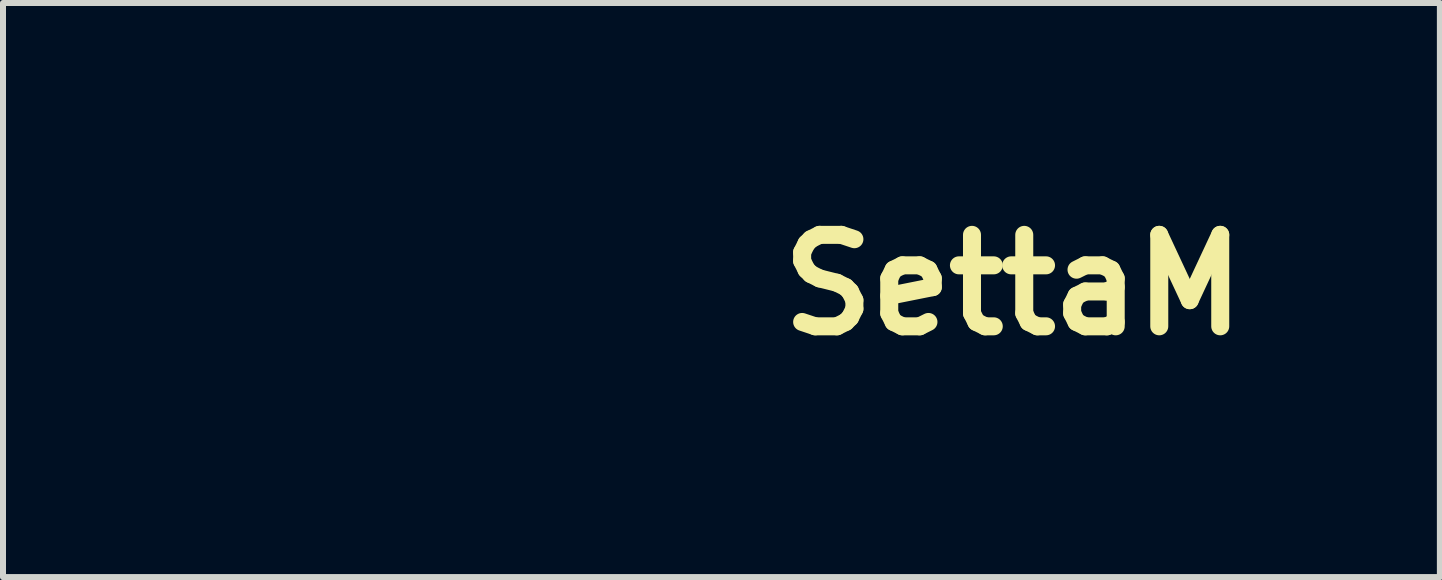
<source format=kicad_pcb>
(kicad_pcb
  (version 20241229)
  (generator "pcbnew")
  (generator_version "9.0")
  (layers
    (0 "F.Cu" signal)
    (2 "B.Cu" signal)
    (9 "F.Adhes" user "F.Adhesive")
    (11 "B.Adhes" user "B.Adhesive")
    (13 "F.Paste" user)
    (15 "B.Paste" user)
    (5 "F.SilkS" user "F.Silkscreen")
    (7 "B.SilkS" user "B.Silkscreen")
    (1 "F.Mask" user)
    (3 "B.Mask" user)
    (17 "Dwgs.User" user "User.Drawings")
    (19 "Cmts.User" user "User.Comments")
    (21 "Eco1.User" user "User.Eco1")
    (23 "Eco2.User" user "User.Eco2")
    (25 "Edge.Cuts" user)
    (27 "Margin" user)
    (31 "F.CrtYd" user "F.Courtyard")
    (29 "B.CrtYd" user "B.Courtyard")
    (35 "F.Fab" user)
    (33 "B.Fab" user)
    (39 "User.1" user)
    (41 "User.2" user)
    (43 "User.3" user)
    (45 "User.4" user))
  (footprint "SettaM"
    (layer "F.Cu")
    (at 7.586 1.898)
    (property "Reference" "SettaM" (at 6.25 -0.2 0) (layer "F.SilkS") (effects (font (size 1.524 1.524) (thickness 0.3))))
    (attr through_hole)
    (fp_poly (pts (xy 1.565 -0.031) (xy 1.085 -0.031) (xy 1.085 -0.51) (xy 1.565 -0.51) (xy 1.565 -0.031)) (stroke (width 0.01) (type solid)) (fill yes) (layer "F.Mask"))
    (fp_poly (pts (xy -0.587 -0.504) (xy -0.34 -0.496) (xy -0.34 -0.045) (xy -0.587 -0.037) (xy -0.834 -0.028) (xy -0.834 -0.513) (xy -0.587 -0.504)) (stroke (width 0.01) (type solid)) (fill yes) (layer "F.Mask"))
    (fp_poly (pts (xy 1.043 1.338) (xy 0.781 1.346) (xy 0.649 1.348) (xy 0.565 1.343) (xy 0.519 1.331) (xy 0.505 1.317) (xy 0.502 1.278) (xy 0.501 1.192) (xy 0.502 1.068) (xy 0.505 0.912) (xy 0.51 0.736) (xy 0.513 0.659) (xy 0.535 0.04) (xy 1.043 0.04) (xy 1.043 1.338)) (stroke (width 0.01) (type solid)) (fill yes) (layer "F.Mask"))
    (fp_poly (pts (xy -1.037 -0.961) (xy -0.966 -0.954) (xy -0.917 -0.932) (xy -0.887 -0.887) (xy -0.87 -0.813) (xy -0.863 -0.701) (xy -0.862 -0.543) (xy -0.862 -0.031) (xy -1.852 -0.031) (xy -1.844 -0.278) (xy -1.836 -0.525) (xy -1.631 -0.533) (xy -1.506 -0.543) (xy -1.428 -0.568) (xy -1.386 -0.617) (xy -1.373 -0.699) (xy -1.374 -0.781) (xy -1.372 -0.868) (xy -1.35 -0.921) (xy -1.296 -0.95) (xy -1.202 -0.96) (xy -1.135 -0.962) (xy -1.037 -0.961)) (stroke (width 0.01) (type solid)) (fill yes) (layer "F.Mask"))
    (fp_poly (pts (xy -1.182 0.026) (xy -1.085 0.031) (xy -1.073 0.031) (xy -0.876 0.04) (xy -0.876 1.338) (xy -1.135 1.346) (xy -1.25 1.347) (xy -1.343 1.343) (xy -1.399 1.334) (xy -1.41 1.328) (xy -1.413 1.294) (xy -1.415 1.211) (xy -1.415 1.089) (xy -1.413 0.936) (xy -1.41 0.761) (xy -1.407 0.678) (xy -1.402 0.468) (xy -1.396 0.307) (xy -1.388 0.19) (xy -1.373 0.11) (xy -1.349 0.06) (xy -1.311 0.034) (xy -1.257 0.024) (xy -1.182 0.026)) (stroke (width 0.01) (type solid)) (fill yes) (layer "F.Mask"))
    (fp_poly (pts (xy 0.88 -0.961) (xy 0.959 -0.952) (xy 0.984 -0.945) (xy 1.001 -0.931) (xy 1.013 -0.9) (xy 1.022 -0.843) (xy 1.026 -0.752) (xy 1.028 -0.619) (xy 1.029 -0.479) (xy 1.029 -0.031) (xy 0.069 -0.031) (xy 0.069 -0.539) (xy 0.278 -0.539) (xy 0.395 -0.541) (xy 0.467 -0.555) (xy 0.504 -0.591) (xy 0.519 -0.659) (xy 0.521 -0.761) (xy 0.528 -0.848) (xy 0.545 -0.912) (xy 0.555 -0.928) (xy 0.599 -0.945) (xy 0.681 -0.956) (xy 0.78 -0.962) (xy 0.88 -0.961)) (stroke (width 0.01) (type solid)) (fill yes) (layer "F.Mask"))
    (fp_poly (pts (xy 3.682 0.754) (xy 3.694 0.852) (xy 3.737 0.907) (xy 3.821 0.928) (xy 3.857 0.929) (xy 3.964 0.929) (xy 3.964 1.352) (xy 3.602 1.352) (xy 3.464 1.351) (xy 3.348 1.347) (xy 3.263 1.341) (xy 3.222 1.334) (xy 3.221 1.333) (xy 3.21 1.294) (xy 3.203 1.213) (xy 3.201 1.106) (xy 3.202 0.986) (xy 3.208 0.869) (xy 3.216 0.769) (xy 3.227 0.701) (xy 3.236 0.681) (xy 3.283 0.662) (xy 3.373 0.65) (xy 3.476 0.647) (xy 3.682 0.647) (xy 3.682 0.754)) (stroke (width 0.01) (type solid)) (fill yes) (layer "F.Mask"))
    (fp_poly (pts (xy -2.245 0.982) (xy -2.247 1.106) (xy -2.251 1.212) (xy -2.257 1.286) (xy -2.262 1.308) (xy -2.279 1.328) (xy -2.319 1.342) (xy -2.391 1.349) (xy -2.506 1.352) (xy -2.569 1.352) (xy -2.859 1.352) (xy -2.878 1.175) (xy -2.887 1.049) (xy -2.88 0.967) (xy -2.852 0.921) (xy -2.799 0.899) (xy -2.772 0.895) (xy -2.706 0.879) (xy -2.676 0.837) (xy -2.668 0.802) (xy -2.658 0.758) (xy -2.639 0.732) (xy -2.598 0.719) (xy -2.521 0.712) (xy -2.449 0.709) (xy -2.245 0.701) (xy -2.245 0.982)) (stroke (width 0.01) (type solid)) (fill yes) (layer "F.Mask"))
    (fp_poly (pts (xy -6.855 0.479) (xy -6.699 0.483) (xy -6.592 0.491) (xy -6.53 0.502) (xy -6.512 0.511) (xy -6.499 0.546) (xy -6.489 0.621) (xy -6.483 0.742) (xy -6.479 0.913) (xy -6.478 1.09) (xy -6.478 1.634) (xy -6.784 1.634) (xy -6.91 1.633) (xy -7.015 1.628) (xy -7.085 1.622) (xy -7.109 1.616) (xy -7.12 1.578) (xy -7.126 1.505) (xy -7.127 1.462) (xy -7.133 1.365) (xy -7.147 1.279) (xy -7.154 1.257) (xy -7.174 1.218) (xy -7.205 1.196) (xy -7.264 1.184) (xy -7.363 1.178) (xy -7.373 1.177) (xy -7.565 1.169) (xy -7.573 0.823) (xy -7.581 0.477) (xy -7.063 0.477) (xy -6.855 0.479)) (stroke (width 0.01) (type solid)) (fill yes) (layer "F.Mask"))
    (fp_poly (pts (xy 3.126 -0.905) (xy 3.271 -0.901) (xy 3.275 -0.901) (xy 3.429 -0.894) (xy 3.537 -0.885) (xy 3.609 -0.873) (xy 3.654 -0.856) (xy 3.675 -0.84) (xy 3.691 -0.818) (xy 3.704 -0.784) (xy 3.713 -0.731) (xy 3.72 -0.652) (xy 3.725 -0.538) (xy 3.729 -0.384) (xy 3.733 -0.181) (xy 3.733 -0.157) (xy 3.742 0.477) (xy 3.258 0.477) (xy 3.256 0.089) (xy 3.254 -0.095) (xy 3.249 -0.23) (xy 3.24 -0.325) (xy 3.222 -0.386) (xy 3.193 -0.423) (xy 3.15 -0.443) (xy 3.09 -0.453) (xy 3.057 -0.457) (xy 2.937 -0.474) (xy 2.868 -0.497) (xy 2.842 -0.527) (xy 2.846 -0.553) (xy 2.837 -0.594) (xy 2.819 -0.606) (xy 2.785 -0.645) (xy 2.783 -0.711) (xy 2.811 -0.786) (xy 2.851 -0.84) (xy 2.883 -0.87) (xy 2.916 -0.89) (xy 2.959 -0.901) (xy 3.026 -0.906) (xy 3.126 -0.905)) (stroke (width 0.01) (type solid)) (fill yes) (layer "F.Mask"))
    (fp_poly (pts (xy 3.083 -0.151) (xy 3.075 0.068) (xy 2.398 0.096) (xy 2.39 0.459) (xy 2.389 0.641) (xy 2.394 0.77) (xy 2.406 0.845) (xy 2.414 0.861) (xy 2.45 0.88) (xy 2.527 0.893) (xy 2.65 0.903) (xy 2.774 0.907) (xy 3.103 0.915) (xy 3.112 1.11) (xy 3.112 1.23) (xy 3.101 1.302) (xy 3.083 1.328) (xy 3.043 1.337) (xy 2.957 1.344) (xy 2.839 1.349) (xy 2.701 1.351) (xy 2.68 1.352) (xy 2.524 1.351) (xy 2.41 1.346) (xy 2.327 1.337) (xy 2.26 1.321) (xy 2.195 1.297) (xy 2.167 1.284) (xy 2.081 1.236) (xy 2.014 1.187) (xy 1.991 1.159) (xy 1.98 1.109) (xy 1.971 1.007) (xy 1.965 0.856) (xy 1.961 0.661) (xy 1.96 0.47) (xy 1.96 0.265) (xy 1.961 0.11) (xy 1.964 -0.005) (xy 1.969 -0.085) (xy 1.976 -0.14) (xy 1.987 -0.175) (xy 2.003 -0.2) (xy 2.023 -0.221) (xy 2.024 -0.222) (xy 2.093 -0.278) (xy 2.171 -0.318) (xy 2.267 -0.345) (xy 2.392 -0.361) (xy 2.557 -0.368) (xy 2.694 -0.369) (xy 3.091 -0.369) (xy 3.083 -0.151)) (stroke (width 0.01) (type solid)) (fill yes) (layer "F.Mask"))
    (fp_poly (pts (xy -5.445 -0.392) (xy -5.277 -0.375) (xy -5.105 -0.347) (xy -4.952 -0.31) (xy -4.863 -0.279) (xy -4.73 -0.2) (xy -4.61 -0.088) (xy -4.516 0.04) (xy -4.471 0.143) (xy -4.448 0.265) (xy -4.436 0.421) (xy -4.434 0.592) (xy -4.442 0.76) (xy -4.459 0.907) (xy -4.483 1.004) (xy -4.58 1.21) (xy -4.712 1.384) (xy -4.873 1.519) (xy -5.055 1.609) (xy -5.154 1.635) (xy -5.23 1.644) (xy -5.342 1.652) (xy -5.476 1.658) (xy -5.622 1.661) (xy -5.767 1.662) (xy -5.902 1.661) (xy -6.013 1.658) (xy -6.09 1.652) (xy -6.121 1.644) (xy -6.128 1.61) (xy -6.134 1.531) (xy -6.138 1.421) (xy -6.14 1.309) (xy -6.14 0.994) (xy -5.924 0.975) (xy -5.787 0.966) (xy -5.644 0.959) (xy -5.535 0.957) (xy -5.379 0.939) (xy -5.265 0.883) (xy -5.191 0.788) (xy -5.155 0.652) (xy -5.152 0.577) (xy -5.16 0.485) (xy -5.191 0.413) (xy -5.246 0.345) (xy -5.304 0.289) (xy -5.36 0.254) (xy -5.435 0.233) (xy -5.533 0.219) (xy -5.633 0.205) (xy -5.71 0.189) (xy -5.747 0.175) (xy -5.748 0.174) (xy -5.755 0.139) (xy -5.757 0.06) (xy -5.754 -0.048) (xy -5.749 -0.115) (xy -5.73 -0.383) (xy -5.589 -0.393) (xy -5.445 -0.392)) (stroke (width 0.01) (type solid)) (fill yes) (layer "F.Mask"))
    (fp_poly (pts (xy 7.527 -1.893) (xy 7.599 -1.891) (xy 7.706 -1.885) (xy 7.828 -1.877) (xy 7.852 -1.875) (xy 8.084 -1.857) (xy 8.084 1.296) (xy 7.973 1.296) (xy 7.898 1.302) (xy 7.85 1.319) (xy 7.845 1.324) (xy 7.858 1.342) (xy 7.919 1.351) (xy 7.957 1.352) (xy 8.053 1.362) (xy 8.102 1.396) (xy 8.11 1.461) (xy 8.101 1.508) (xy 8.092 1.538) (xy 8.075 1.558) (xy 8.041 1.57) (xy 7.978 1.576) (xy 7.879 1.578) (xy 7.759 1.578) (xy 7.435 1.578) (xy 7.435 1.035) (xy 7.435 1.028) (xy 7.576 1.028) (xy 7.599 1.065) (xy 7.619 1.07) (xy 7.656 1.047) (xy 7.661 1.028) (xy 7.887 1.028) (xy 7.901 1.063) (xy 7.917 1.065) (xy 7.946 1.035) (xy 7.948 1.028) (xy 7.926 0.995) (xy 7.917 0.991) (xy 7.891 1.004) (xy 7.887 1.028) (xy 7.661 1.028) (xy 7.639 0.99) (xy 7.619 0.985) (xy 7.581 1.008) (xy 7.576 1.028) (xy 7.435 1.028) (xy 7.434 0.832) (xy 7.432 0.593) (xy 7.428 0.337) (xy 7.423 0.082) (xy 7.417 -0.151) (xy 7.417 -0.164) (xy 7.398 -0.819) (xy 7.198 -0.827) (xy 6.998 -0.835) (xy 6.99 -1.138) (xy 6.982 -1.442) (xy 7.152 -1.442) (xy 7.282 -1.451) (xy 7.367 -1.484) (xy 7.414 -1.55) (xy 7.434 -1.658) (xy 7.435 -1.724) (xy 7.435 -1.893) (xy 7.527 -1.893)) (stroke (width 0.01) (type solid)) (fill yes) (layer "F.Mask"))
    (fp_poly (pts (xy -3.113 -0.758) (xy -3.099 -0.758) (xy -2.903 -0.754) (xy -2.755 -0.749) (xy -2.647 -0.743) (xy -2.57 -0.735) (xy -2.518 -0.724) (xy -2.48 -0.71) (xy -2.449 -0.691) (xy -2.373 -0.62) (xy -2.32 -0.533) (xy -2.286 -0.418) (xy -2.268 -0.265) (xy -2.264 -0.104) (xy -2.269 0.091) (xy -2.289 0.237) (xy -2.324 0.341) (xy -2.378 0.411) (xy -2.431 0.445) (xy -2.49 0.458) (xy -2.598 0.468) (xy -2.748 0.475) (xy -2.933 0.477) (xy -2.952 0.477) (xy -3.402 0.477) (xy -3.402 0.283) (xy -3.401 0.195) (xy -3.393 0.133) (xy -3.369 0.092) (xy -3.32 0.069) (xy -3.239 0.058) (xy -3.116 0.055) (xy -2.989 0.054) (xy -2.851 0.053) (xy -2.759 0.046) (xy -2.705 0.026) (xy -2.678 -0.013) (xy -2.669 -0.077) (xy -2.669 -0.153) (xy -2.671 -0.228) (xy -2.682 -0.282) (xy -2.71 -0.318) (xy -2.764 -0.341) (xy -2.851 -0.353) (xy -2.981 -0.361) (xy -3.109 -0.365) (xy -3.266 -0.369) (xy -3.376 -0.369) (xy -3.448 -0.365) (xy -3.493 -0.356) (xy -3.52 -0.34) (xy -3.534 -0.325) (xy -3.549 -0.289) (xy -3.559 -0.223) (xy -3.565 -0.119) (xy -3.568 0.027) (xy -3.568 0.222) (xy -3.566 0.39) (xy -3.562 0.543) (xy -3.557 0.671) (xy -3.551 0.763) (xy -3.547 0.802) (xy -3.529 0.887) (xy -3.021 0.915) (xy -3.021 1.338) (xy -3.331 1.345) (xy -3.485 1.346) (xy -3.594 1.341) (xy -3.673 1.328) (xy -3.733 1.307) (xy -3.736 1.305) (xy -3.817 1.255) (xy -3.882 1.192) (xy -3.933 1.108) (xy -3.971 0.999) (xy -3.997 0.858) (xy -4.013 0.679) (xy -4.02 0.457) (xy -4.019 0.186) (xy -4.018 0.127) (xy -4.014 -0.061) (xy -4.01 -0.203) (xy -4.005 -0.306) (xy -3.996 -0.382) (xy -3.984 -0.438) (xy -3.966 -0.484) (xy -3.943 -0.531) (xy -3.938 -0.539) (xy -3.895 -0.61) (xy -3.85 -0.665) (xy -3.796 -0.706) (xy -3.725 -0.733) (xy -3.629 -0.75) (xy -3.5 -0.759) (xy -3.331 -0.761) (xy -3.113 -0.758)) (stroke (width 0.01) (type solid)) (fill yes) (layer "F.Mask"))
    (fp_poly (pts (xy -5.963 -1.834) (xy -5.928 -1.834) (xy -5.64 -1.833) (xy -5.404 -1.831) (xy -5.213 -1.828) (xy -5.062 -1.823) (xy -4.947 -1.815) (xy -4.86 -1.805) (xy -4.798 -1.792) (xy -4.754 -1.774) (xy -4.723 -1.753) (xy -4.7 -1.726) (xy -4.698 -1.724) (xy -4.641 -1.621) (xy -4.631 -1.541) (xy -4.664 -1.482) (xy -4.694 -1.441) (xy -4.679 -1.421) (xy -4.647 -1.386) (xy -4.651 -1.329) (xy -4.688 -1.269) (xy -4.697 -1.262) (xy -4.717 -1.248) (xy -4.75 -1.237) (xy -4.802 -1.227) (xy -4.877 -1.219) (xy -4.983 -1.212) (xy -5.126 -1.206) (xy -5.31 -1.199) (xy -5.542 -1.193) (xy -5.652 -1.19) (xy -5.928 -1.182) (xy -6.153 -1.174) (xy -6.333 -1.165) (xy -6.473 -1.152) (xy -6.58 -1.136) (xy -6.658 -1.113) (xy -6.715 -1.082) (xy -6.754 -1.043) (xy -6.782 -0.993) (xy -6.804 -0.932) (xy -6.817 -0.889) (xy -6.835 -0.81) (xy -6.831 -0.744) (xy -6.803 -0.663) (xy -6.794 -0.644) (xy -6.737 -0.546) (xy -6.66 -0.479) (xy -6.553 -0.435) (xy -6.404 -0.41) (xy -6.348 -0.405) (xy -6.14 -0.389) (xy -6.139 -0.288) (xy -6.137 -0.205) (xy -6.129 -0.093) (xy -6.121 0.005) (xy -6.103 0.195) (xy -6.368 0.192) (xy -6.506 0.188) (xy -6.641 0.18) (xy -6.75 0.17) (xy -6.778 0.167) (xy -6.988 0.123) (xy -7.154 0.056) (xy -7.287 -0.036) (xy -7.318 -0.066) (xy -7.416 -0.183) (xy -7.482 -0.307) (xy -7.522 -0.455) (xy -7.543 -0.641) (xy -7.543 -0.652) (xy -7.537 -0.933) (xy -7.487 -1.18) (xy -7.394 -1.394) (xy -7.364 -1.432) (xy -4.917 -1.432) (xy -4.913 -1.416) (xy -4.898 -1.414) (xy -4.875 -1.424) (xy -4.879 -1.432) (xy -4.912 -1.436) (xy -4.917 -1.432) (xy -7.364 -1.432) (xy -7.257 -1.572) (xy -7.173 -1.639) (xy -5.152 -1.639) (xy -5.13 -1.612) (xy -5.124 -1.611) (xy -5.096 -1.633) (xy -5.095 -1.639) (xy -5.117 -1.667) (xy -5.124 -1.668) (xy -5.151 -1.646) (xy -5.152 -1.639) (xy -7.173 -1.639) (xy -7.078 -1.714) (xy -6.956 -1.779) (xy -6.919 -1.795) (xy -6.878 -1.807) (xy -6.828 -1.817) (xy -6.762 -1.824) (xy -6.674 -1.829) (xy -6.557 -1.832) (xy -6.403 -1.834) (xy -6.208 -1.834) (xy -5.963 -1.834)) (stroke (width 0.01) (type solid)) (fill yes) (layer "F.Mask"))
    (fp_poly (pts (xy 5.474 -1.865) (xy 5.721 -1.864) (xy 5.919 -1.862) (xy 6.072 -1.858) (xy 6.189 -1.851) (xy 6.275 -1.838) (xy 6.336 -1.82) (xy 6.38 -1.795) (xy 6.412 -1.763) (xy 6.439 -1.721) (xy 6.453 -1.696) (xy 6.472 -1.657) (xy 6.485 -1.614) (xy 6.493 -1.558) (xy 6.497 -1.48) (xy 6.496 -1.371) (xy 6.493 -1.222) (xy 6.487 -1.075) (xy 6.48 -0.905) (xy 6.47 -0.753) (xy 6.46 -0.627) (xy 6.449 -0.537) (xy 6.44 -0.496) (xy 6.425 -0.469) (xy 6.404 -0.438) (xy 6.374 -0.397) (xy 6.33 -0.343) (xy 6.268 -0.27) (xy 6.184 -0.175) (xy 6.075 -0.051) (xy 5.937 0.105) (xy 5.765 0.298) (xy 5.76 0.303) (xy 5.624 0.456) (xy 5.501 0.596) (xy 5.394 0.717) (xy 5.31 0.814) (xy 5.253 0.881) (xy 5.228 0.912) (xy 5.228 0.913) (xy 5.232 0.925) (xy 5.265 0.935) (xy 5.33 0.944) (xy 5.435 0.951) (xy 5.583 0.957) (xy 5.782 0.964) (xy 5.835 0.965) (xy 6.462 0.982) (xy 6.525 1.056) (xy 6.578 1.156) (xy 6.586 1.273) (xy 6.553 1.387) (xy 6.48 1.482) (xy 6.476 1.485) (xy 6.449 1.495) (xy 6.393 1.503) (xy 6.302 1.509) (xy 6.173 1.514) (xy 6.002 1.517) (xy 5.784 1.519) (xy 5.516 1.521) (xy 5.41 1.521) (xy 4.387 1.522) (xy 4.387 1.126) (xy 6.278 1.126) (xy 6.3 1.154) (xy 6.306 1.155) (xy 6.334 1.133) (xy 6.335 1.126) (xy 6.313 1.099) (xy 6.306 1.098) (xy 6.279 1.12) (xy 6.278 1.126) (xy 4.387 1.126) (xy 4.387 0.903) (xy 4.519 0.753) (xy 4.571 0.695) (xy 4.656 0.603) (xy 4.768 0.482) (xy 4.9 0.34) (xy 5.047 0.183) (xy 5.203 0.017) (xy 5.259 -0.042) (xy 5.411 -0.204) (xy 5.551 -0.354) (xy 5.674 -0.488) (xy 5.776 -0.6) (xy 5.851 -0.685) (xy 5.895 -0.737) (xy 5.903 -0.748) (xy 5.921 -0.808) (xy 5.933 -0.905) (xy 5.938 -1.019) (xy 5.936 -1.131) (xy 5.925 -1.221) (xy 5.922 -1.237) (xy 5.913 -1.262) (xy 5.897 -1.279) (xy 5.864 -1.29) (xy 5.805 -1.297) (xy 5.712 -1.3) (xy 5.576 -1.3) (xy 5.492 -1.3) (xy 5.342 -1.298) (xy 5.211 -1.294) (xy 5.109 -1.286) (xy 5.048 -1.278) (xy 5.038 -1.274) (xy 5.016 -1.242) (xy 5 -1.172) (xy 4.989 -1.056) (xy 4.985 -0.971) (xy 4.976 -0.842) (xy 4.964 -0.742) (xy 4.948 -0.683) (xy 4.941 -0.673) (xy 4.882 -0.656) (xy 4.798 -0.653) (xy 4.721 -0.666) (xy 4.714 -0.669) (xy 4.68 -0.708) (xy 4.67 -0.764) (xy 4.653 -0.844) (xy 4.597 -0.891) (xy 4.514 -0.91) (xy 4.43 -0.92) (xy 4.422 -1.216) (xy 4.423 -1.418) (xy 4.442 -1.572) (xy 4.481 -1.687) (xy 4.541 -1.77) (xy 4.595 -1.811) (xy 4.625 -1.827) (xy 4.661 -1.839) (xy 4.709 -1.849) (xy 4.776 -1.856) (xy 4.87 -1.86) (xy 4.998 -1.863) (xy 5.165 -1.864) (xy 5.379 -1.865) (xy 5.474 -1.865)) (stroke (width 0.01) (type solid)) (fill yes) (layer "F.Mask")))
  (gr_rect
    (start -3 -3)
    (end 20.943 6.566)
    (stroke (width 0.1) (type default))
    (fill no)
    (layer "Edge.Cuts")))
</source>
